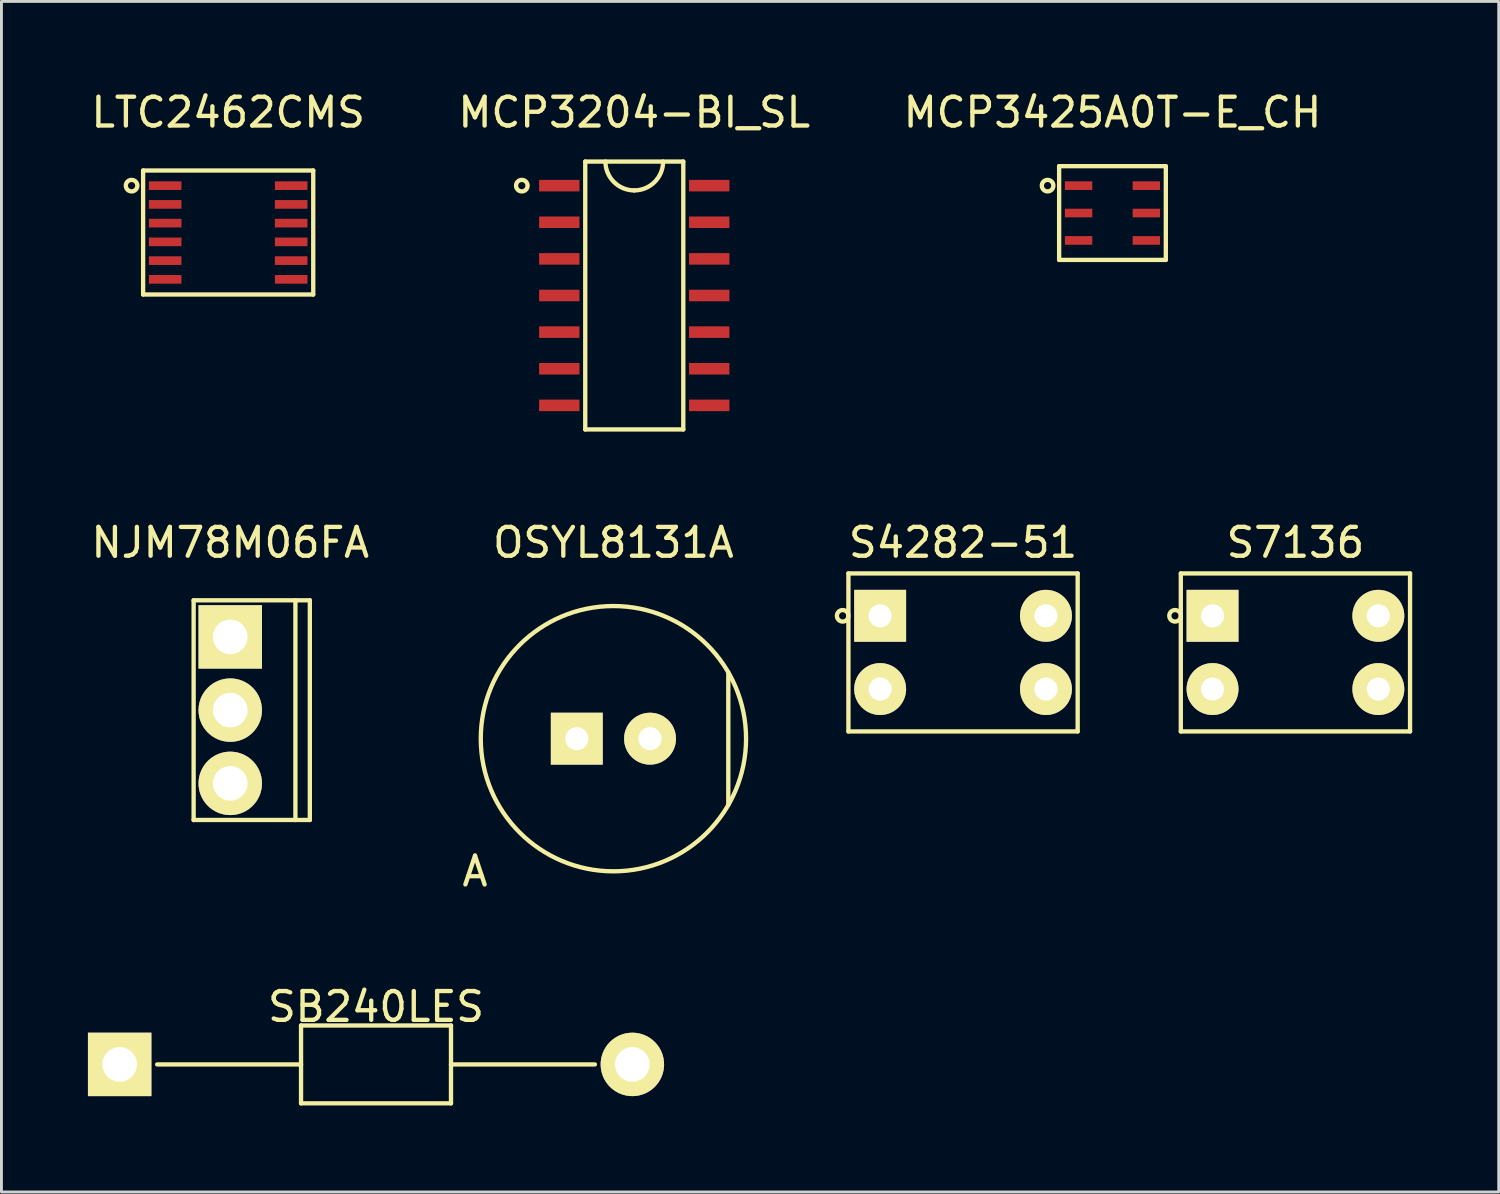
<source format=kicad_pcb>
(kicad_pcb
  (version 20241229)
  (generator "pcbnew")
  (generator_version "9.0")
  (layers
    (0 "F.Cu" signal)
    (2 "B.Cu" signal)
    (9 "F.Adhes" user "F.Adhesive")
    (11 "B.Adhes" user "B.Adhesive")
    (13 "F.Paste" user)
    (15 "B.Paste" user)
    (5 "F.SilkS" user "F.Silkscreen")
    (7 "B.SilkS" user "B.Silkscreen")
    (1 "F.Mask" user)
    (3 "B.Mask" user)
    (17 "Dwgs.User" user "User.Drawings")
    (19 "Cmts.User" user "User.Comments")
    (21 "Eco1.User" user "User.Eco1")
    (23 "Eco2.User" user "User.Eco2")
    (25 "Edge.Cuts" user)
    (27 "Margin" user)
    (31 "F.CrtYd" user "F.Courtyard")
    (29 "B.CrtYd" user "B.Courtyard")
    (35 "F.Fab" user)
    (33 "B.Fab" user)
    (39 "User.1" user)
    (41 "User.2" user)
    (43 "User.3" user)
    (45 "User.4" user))
  (footprint "S4282-51"
    (layer "F.Cu")
    (at 27.473 18.306)
    (property "Reference" "S4282-51" (at 2.875 -2.54 0) (layer "F.SilkS") (effects (font (size 1 1) (thickness 0.15))))
    (attr through_hole)
    (fp_line (start -1.1 -1.47) (end 6.85 -1.47) (stroke (width 0.15) (type solid)) (layer "F.SilkS"))
    (fp_line (start -1.1 4.01) (end -1.1 -1.47) (stroke (width 0.15) (type solid)) (layer "F.SilkS"))
    (fp_line (start 6.85 -1.47) (end 6.85 4.01) (stroke (width 0.15) (type solid)) (layer "F.SilkS"))
    (fp_line (start 6.85 4.01) (end -1.1 4.01) (stroke (width 0.15) (type solid)) (layer "F.SilkS"))
    (fp_circle (center -1.3 0) (end -1.3 0.2) (stroke (width 0.15) (type solid)) (fill no) (layer "F.SilkS"))
    (pad "1" thru_hole rect (at 0 0) (size 1.8 1.8) (drill 0.8) (layers "*.Cu" "*.Mask" "F.SilkS"))
    (pad "2" thru_hole circle (at 0 2.54) (size 1.8 1.8) (drill 0.8) (layers "*.Cu" "*.Mask" "F.SilkS"))
    (pad "3" thru_hole circle (at 5.75 2.54) (size 1.8 1.8) (drill 0.8) (layers "*.Cu" "*.Mask" "F.SilkS"))
    (pad "4" thru_hole circle (at 5.75 0) (size 1.8 1.8) (drill 0.8) (layers "*.Cu" "*.Mask" "F.SilkS")))
  (footprint "NJM78M06FA"
    (layer "F.Cu")
    (at 4.935 19.037)
    (property "Reference" "NJM78M06FA" (at 0 -3.27 0) (layer "F.SilkS") (effects (font (size 1 1) (thickness 0.15))))
    (attr through_hole)
    (fp_line (start -1.27 -1.27) (end -1.27 6.35) (stroke (width 0.15) (type solid)) (layer "F.SilkS"))
    (fp_line (start -1.27 -1.27) (end 2.76 -1.27) (stroke (width 0.15) (type solid)) (layer "F.SilkS"))
    (fp_line (start -1.27 6.35) (end 2.76 6.35) (stroke (width 0.15) (type solid)) (layer "F.SilkS"))
    (fp_line (start 2.26 -1.27) (end 2.26 6.35) (stroke (width 0.15) (type solid)) (layer "F.SilkS"))
    (fp_line (start 2.76 -1.27) (end 2.76 6.35) (stroke (width 0.15) (type solid)) (layer "F.SilkS"))
    (pad "1" thru_hole rect (at 0 0) (size 2.2 2.2) (drill 1.2) (layers "*.Cu" "*.Mask" "F.SilkS"))
    (pad "2" thru_hole circle (at 0 2.54) (size 2.2 2.2) (drill 1.2) (layers "*.Cu" "*.Mask" "F.SilkS"))
    (pad "3" thru_hole circle (at 0 5.08) (size 2.2 2.2) (drill 1.2) (layers "*.Cu" "*.Mask" "F.SilkS")))
  (footprint "MCP3204-BI_SL"
    (layer "F.Cu")
    (at 16.346 3.388)
    (property "Reference" "MCP3204-BI_SL" (at 2.6 -2.54 0) (layer "F.SilkS") (effects (font (size 1 1) (thickness 0.15))))
    (attr through_hole)
    (fp_line (start 0.9 -0.835) (end 4.3 -0.835) (stroke (width 0.15) (type solid)) (layer "F.SilkS"))
    (fp_line (start 0.9 8.455) (end 0.9 -0.835) (stroke (width 0.15) (type solid)) (layer "F.SilkS"))
    (fp_line (start 4.3 -0.835) (end 4.3 8.455) (stroke (width 0.15) (type solid)) (layer "F.SilkS"))
    (fp_line (start 4.3 8.455) (end 0.9 8.455) (stroke (width 0.15) (type solid)) (layer "F.SilkS"))
    (fp_arc (start 2.6 0.165) (mid 1.892893 -0.127893) (end 1.6 -0.835) (stroke (width 0.15) (type solid)) (layer "F.SilkS"))
    (fp_arc (start 3.6 -0.835) (mid 3.307107 -0.127893) (end 2.6 0.165) (stroke (width 0.15) (type solid)) (layer "F.SilkS"))
    (fp_circle (center -1.3 0) (end -1.3 0.2) (stroke (width 0.15) (type solid)) (fill no) (layer "F.SilkS"))
    (pad "1" smd rect (at 0 0) (size 1.4 0.4) (layers "F.Cu" "F.Mask" "F.Paste"))
    (pad "2" smd rect (at 0 1.27) (size 1.4 0.4) (layers "F.Cu" "F.Mask" "F.Paste"))
    (pad "3" smd rect (at 0 2.54) (size 1.4 0.4) (layers "F.Cu" "F.Mask" "F.Paste"))
    (pad "4" smd rect (at 0 3.81) (size 1.4 0.4) (layers "F.Cu" "F.Mask" "F.Paste"))
    (pad "5" smd rect (at 0 5.08) (size 1.4 0.4) (layers "F.Cu" "F.Mask" "F.Paste"))
    (pad "6" smd rect (at 0 6.35) (size 1.4 0.4) (layers "F.Cu" "F.Mask" "F.Paste"))
    (pad "7" smd rect (at 0 7.62) (size 1.4 0.4) (layers "F.Cu" "F.Mask" "F.Paste"))
    (pad "8" smd rect (at 5.2 7.62) (size 1.4 0.4) (layers "F.Cu" "F.Mask" "F.Paste"))
    (pad "9" smd rect (at 5.2 6.35) (size 1.4 0.4) (layers "F.Cu" "F.Mask" "F.Paste"))
    (pad "10" smd rect (at 5.2 5.08) (size 1.4 0.4) (layers "F.Cu" "F.Mask" "F.Paste"))
    (pad "11" smd rect (at 5.2 3.81) (size 1.4 0.4) (layers "F.Cu" "F.Mask" "F.Paste"))
    (pad "12" smd rect (at 5.2 2.54) (size 1.4 0.4) (layers "F.Cu" "F.Mask" "F.Paste"))
    (pad "13" smd rect (at 5.2 1.27) (size 1.4 0.4) (layers "F.Cu" "F.Mask" "F.Paste"))
    (pad "14" smd rect (at 5.2 0) (size 1.4 0.4) (layers "F.Cu" "F.Mask" "F.Paste")))
  (footprint "OSYL8131A"
    (layer "F.Cu")
    (at 16.953 22.567)
    (property "Reference" "OSYL8131A" (at 1.27 -6.8 0) (layer "F.SilkS") (effects (font (size 1 1) (thickness 0.15))))
    (attr through_hole)
    (fp_line (start 5.254 2.3) (end 5.254 -2.3) (stroke (width 0.15) (type solid)) (layer "F.SilkS"))
    (fp_circle (center 1.27 0) (end 1.27 -4.6) (stroke (width 0.15) (type solid)) (fill no) (layer "F.SilkS"))
    (fp_text user "A" (at -3.53 4.6 0) (layer "F.SilkS") (effects (font (size 1 1) (thickness 0.15))))
    (pad "1" thru_hole rect (at 0 0) (size 1.8 1.8) (drill 0.8) (layers "*.Cu" "*.Mask" "F.SilkS"))
    (pad "2" thru_hole circle (at 2.54 0) (size 1.8 1.8) (drill 0.8) (layers "*.Cu" "*.Mask" "F.SilkS")))
  (footprint "LTC2462CMS"
    (layer "F.Cu")
    (at 2.678 3.388)
    (property "Reference" "LTC2462CMS" (at 2.185 -2.54 0) (layer "F.SilkS") (effects (font (size 1 1) (thickness 0.15))))
    (attr through_hole)
    (fp_line (start -0.765 -0.525) (end 5.135 -0.525) (stroke (width 0.15) (type solid)) (layer "F.SilkS"))
    (fp_line (start -0.765 3.775) (end -0.765 -0.525) (stroke (width 0.15) (type solid)) (layer "F.SilkS"))
    (fp_line (start 5.135 -0.525) (end 5.135 3.775) (stroke (width 0.15) (type solid)) (layer "F.SilkS"))
    (fp_line (start 5.135 3.775) (end -0.765 3.775) (stroke (width 0.15) (type solid)) (layer "F.SilkS"))
    (fp_circle (center -1.165 0) (end -1.165 0.2) (stroke (width 0.15) (type solid)) (fill no) (layer "F.SilkS"))
    (pad "1" smd rect (at 0 0) (size 1.13 0.3) (layers "F.Cu" "F.Mask" "F.Paste"))
    (pad "2" smd rect (at 0 0.65) (size 1.13 0.3) (layers "F.Cu" "F.Mask" "F.Paste"))
    (pad "3" smd rect (at 0 1.3) (size 1.13 0.3) (layers "F.Cu" "F.Mask" "F.Paste"))
    (pad "4" smd rect (at 0 1.95) (size 1.13 0.3) (layers "F.Cu" "F.Mask" "F.Paste"))
    (pad "5" smd rect (at 0 2.6) (size 1.13 0.3) (layers "F.Cu" "F.Mask" "F.Paste"))
    (pad "6" smd rect (at 0 3.25) (size 1.13 0.3) (layers "F.Cu" "F.Mask" "F.Paste"))
    (pad "7" smd rect (at 4.37 3.25) (size 1.13 0.3) (layers "F.Cu" "F.Mask" "F.Paste"))
    (pad "8" smd rect (at 4.37 2.6) (size 1.13 0.3) (layers "F.Cu" "F.Mask" "F.Paste"))
    (pad "9" smd rect (at 4.37 1.95) (size 1.13 0.3) (layers "F.Cu" "F.Mask" "F.Paste"))
    (pad "10" smd rect (at 4.37 1.3) (size 1.13 0.3) (layers "F.Cu" "F.Mask" "F.Paste"))
    (pad "11" smd rect (at 4.37 0.65) (size 1.13 0.3) (layers "F.Cu" "F.Mask" "F.Paste"))
    (pad "12" smd rect (at 4.37 0) (size 1.13 0.3) (layers "F.Cu" "F.Mask" "F.Paste")))
  (footprint "MCP3425A0T-E_CH"
    (layer "F.Cu")
    (at 34.355 3.388)
    (property "Reference" "MCP3425A0T-E_CH" (at 1.175 -2.54 0) (layer "F.SilkS") (effects (font (size 1 1) (thickness 0.15))))
    (attr through_hole)
    (fp_line (start -0.675 -0.675) (end 3.025 -0.675) (stroke (width 0.15) (type solid)) (layer "F.SilkS"))
    (fp_line (start -0.675 2.575) (end -0.675 -0.675) (stroke (width 0.15) (type solid)) (layer "F.SilkS"))
    (fp_line (start 3.025 -0.675) (end 3.025 2.575) (stroke (width 0.15) (type solid)) (layer "F.SilkS"))
    (fp_line (start 3.025 2.575) (end -0.675 2.575) (stroke (width 0.15) (type solid)) (layer "F.SilkS"))
    (fp_circle (center -1.075 0) (end -1.075 0.2) (stroke (width 0.15) (type solid)) (fill no) (layer "F.SilkS"))
    (pad "1" smd rect (at 0 0) (size 0.95 0.3) (layers "F.Cu" "F.Mask" "F.Paste"))
    (pad "2" smd rect (at 0 0.95) (size 0.95 0.3) (layers "F.Cu" "F.Mask" "F.Paste"))
    (pad "3" smd rect (at 0 1.9) (size 0.95 0.3) (layers "F.Cu" "F.Mask" "F.Paste"))
    (pad "4" smd rect (at 2.35 1.9) (size 0.95 0.3) (layers "F.Cu" "F.Mask" "F.Paste"))
    (pad "5" smd rect (at 2.35 0.95) (size 0.95 0.3) (layers "F.Cu" "F.Mask" "F.Paste"))
    (pad "6" smd rect (at 2.35 0) (size 0.95 0.3) (layers "F.Cu" "F.Mask" "F.Paste")))
  (footprint "SB240LES"
    (layer "F.Cu")
    (at 1.1 33.863)
    (property "Reference" "SB240LES" (at 8.89 -2 0) (layer "F.SilkS") (effects (font (size 1 1) (thickness 0.15))))
    (attr through_hole)
    (fp_line (start 1.3 0) (end 6.29 0) (stroke (width 0.15) (type solid)) (layer "F.SilkS"))
    (fp_line (start 6.29 -1.35) (end 6.29 1.35) (stroke (width 0.15) (type solid)) (layer "F.SilkS"))
    (fp_line (start 6.29 -1.35) (end 11.49 -1.35) (stroke (width 0.15) (type solid)) (layer "F.SilkS"))
    (fp_line (start 6.29 1.35) (end 11.49 1.35) (stroke (width 0.15) (type solid)) (layer "F.SilkS"))
    (fp_line (start 11.49 0) (end 16.48 0) (stroke (width 0.15) (type solid)) (layer "F.SilkS"))
    (fp_line (start 11.49 1.35) (end 11.49 -1.35) (stroke (width 0.15) (type solid)) (layer "F.SilkS"))
    (pad "1" thru_hole rect (at 0 0) (size 2.2 2.2) (drill 1.2) (layers "*.Cu" "*.Mask" "F.SilkS"))
    (pad "2" thru_hole circle (at 17.78 0) (size 2.2 2.2) (drill 1.2) (layers "*.Cu" "*.Mask" "F.SilkS")))
  (footprint "S7136"
    (layer "F.Cu")
    (at 39 18.306)
    (property "Reference" "S7136" (at 2.875 -2.54 0) (layer "F.SilkS") (effects (font (size 1 1) (thickness 0.15))))
    (attr through_hole)
    (fp_line (start -1.1 -1.47) (end 6.85 -1.47) (stroke (width 0.15) (type solid)) (layer "F.SilkS"))
    (fp_line (start -1.1 4.01) (end -1.1 -1.47) (stroke (width 0.15) (type solid)) (layer "F.SilkS"))
    (fp_line (start 6.85 -1.47) (end 6.85 4.01) (stroke (width 0.15) (type solid)) (layer "F.SilkS"))
    (fp_line (start 6.85 4.01) (end -1.1 4.01) (stroke (width 0.15) (type solid)) (layer "F.SilkS"))
    (fp_circle (center -1.3 0) (end -1.3 0.2) (stroke (width 0.15) (type solid)) (fill no) (layer "F.SilkS"))
    (pad "1" thru_hole rect (at 0 0) (size 1.8 1.8) (drill 0.8) (layers "*.Cu" "*.Mask" "F.SilkS"))
    (pad "2" thru_hole circle (at 0 2.54) (size 1.8 1.8) (drill 0.8) (layers "*.Cu" "*.Mask" "F.SilkS"))
    (pad "3" thru_hole circle (at 5.75 2.54) (size 1.8 1.8) (drill 0.8) (layers "*.Cu" "*.Mask" "F.SilkS"))
    (pad "4" thru_hole circle (at 5.75 0) (size 1.8 1.8) (drill 0.8) (layers "*.Cu" "*.Mask" "F.SilkS")))
  (gr_rect
    (start -3 -3)
    (end 48.925 38.288)
    (stroke (width 0.1) (type default))
    (fill no)
    (layer "Edge.Cuts")))
</source>
